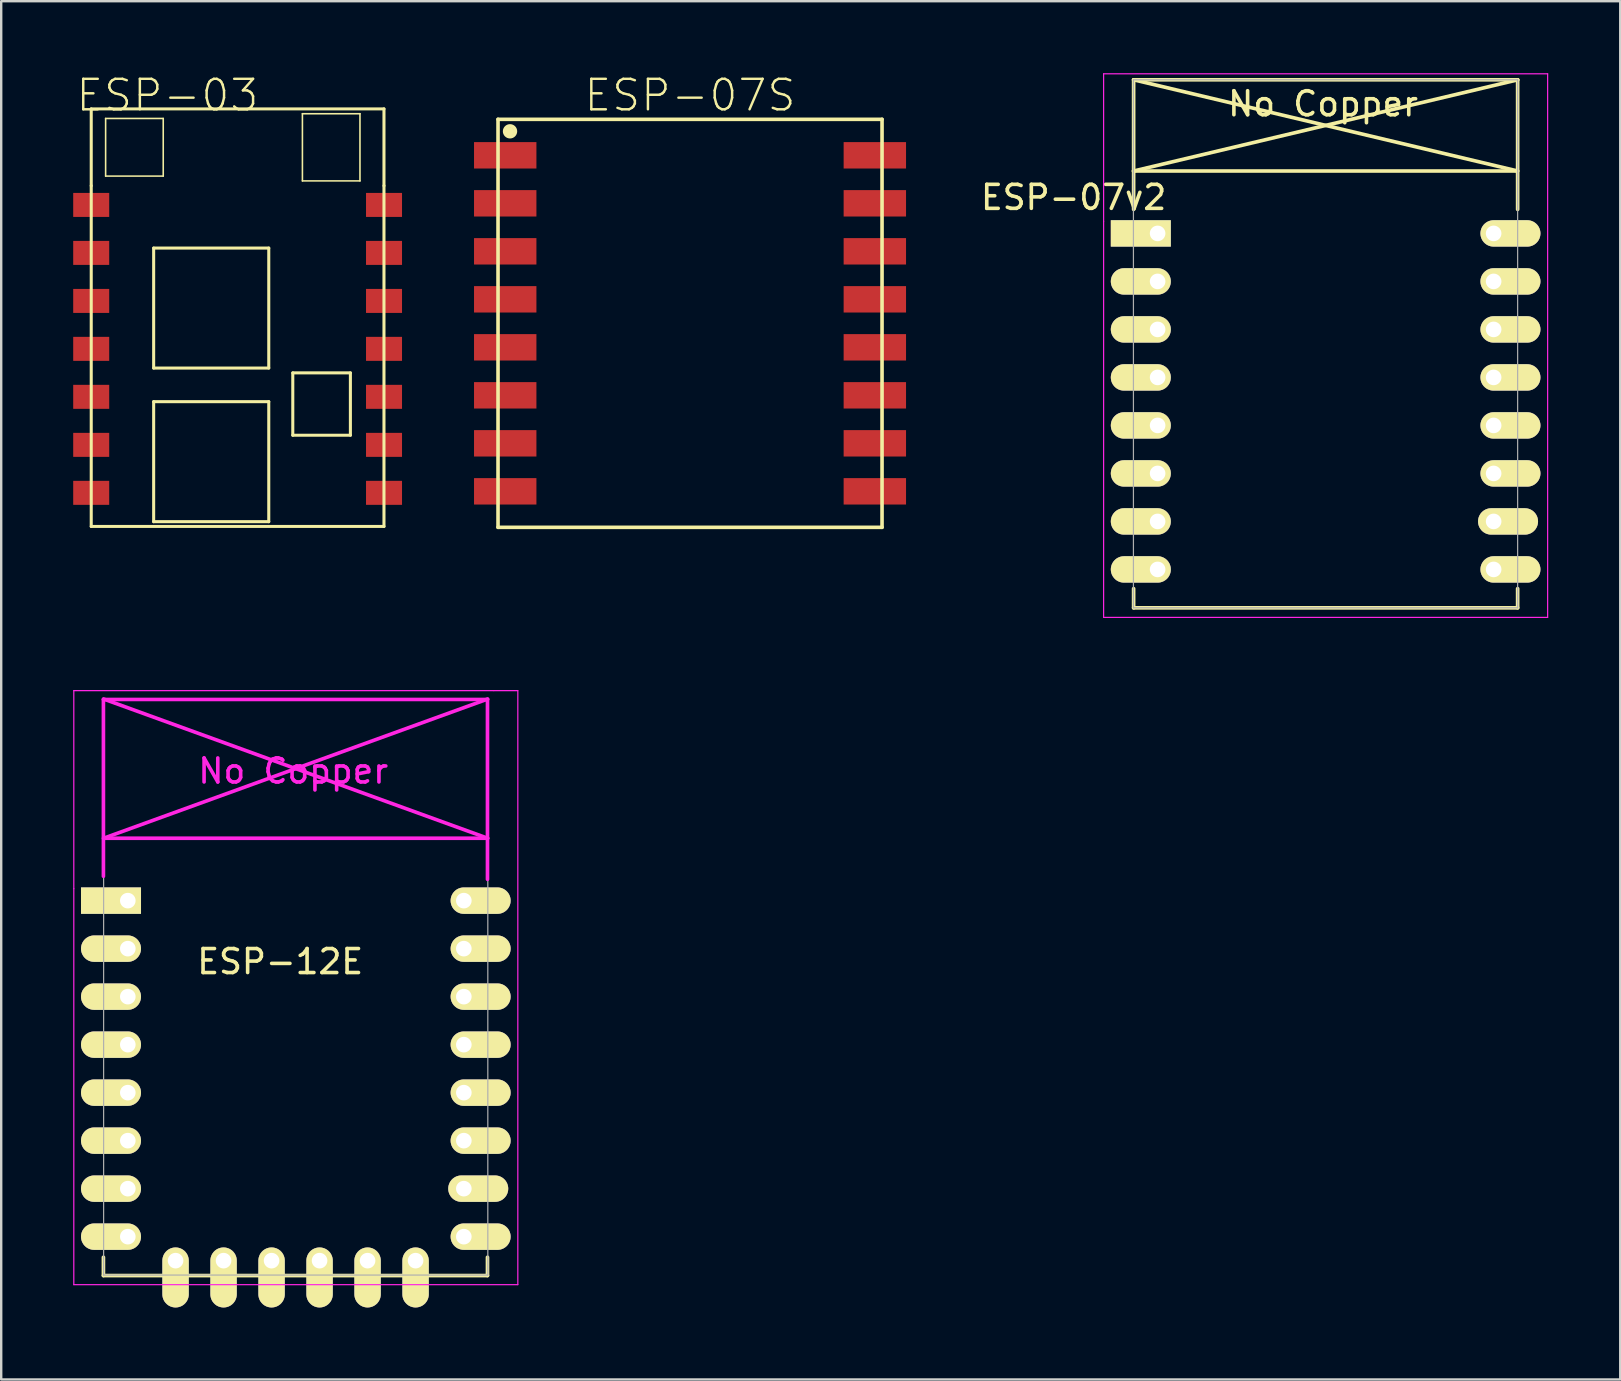
<source format=kicad_pcb>
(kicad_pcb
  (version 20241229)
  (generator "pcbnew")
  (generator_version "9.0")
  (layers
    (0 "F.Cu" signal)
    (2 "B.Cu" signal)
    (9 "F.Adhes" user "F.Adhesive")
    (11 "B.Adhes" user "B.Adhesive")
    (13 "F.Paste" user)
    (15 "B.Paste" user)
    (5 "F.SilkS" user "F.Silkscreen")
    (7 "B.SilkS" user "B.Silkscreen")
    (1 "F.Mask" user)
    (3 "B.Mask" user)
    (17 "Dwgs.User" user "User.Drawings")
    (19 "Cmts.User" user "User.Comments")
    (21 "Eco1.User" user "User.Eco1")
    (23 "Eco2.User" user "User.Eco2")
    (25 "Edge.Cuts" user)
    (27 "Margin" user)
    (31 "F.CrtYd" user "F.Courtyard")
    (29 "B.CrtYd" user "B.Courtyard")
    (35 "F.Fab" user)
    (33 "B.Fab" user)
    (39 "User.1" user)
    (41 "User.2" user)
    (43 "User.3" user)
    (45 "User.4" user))
  (footprint "ESP-07S"
    (layer "F.Cu")
    (at 25.7 10.421)
    (property "Reference" "ESP-07S" (at 0 -9.5 0) (layer "F.SilkS") (effects (font (size 1.27 1.27) (thickness 0.102))))
    (attr smd)
    (fp_line (start -8 -8.5) (end 8 -8.5) (stroke (width 0.15) (type solid)) (layer "F.SilkS"))
    (fp_line (start -8 8.5) (end -8 -8.5) (stroke (width 0.15) (type solid)) (layer "F.SilkS"))
    (fp_line (start 8 -8.5) (end 8 8.5) (stroke (width 0.15) (type solid)) (layer "F.SilkS"))
    (fp_line (start 8 8.5) (end -8 8.5) (stroke (width 0.15) (type solid)) (layer "F.SilkS"))
    (fp_circle (center -7.6 -8) (end -7.5 -8) (stroke (width 0.15) (type solid)) (fill no) (layer "F.SilkS"))
    (fp_circle (center -7.5 -8) (end -7.4 -8) (stroke (width 0.15) (type solid)) (fill no) (layer "F.SilkS"))
    (fp_circle (center -7.5 -8) (end -7.3 -8.1) (stroke (width 0.15) (type solid)) (fill no) (layer "F.SilkS"))
    (pad "1" smd rect (at -7.7 -7) (size 2.6 1.1) (layers "F.Cu" "F.Mask" "F.Paste"))
    (pad "2" smd rect (at -7.7 -5) (size 2.6 1.1) (layers "F.Cu" "F.Mask" "F.Paste"))
    (pad "3" smd rect (at -7.7 -3) (size 2.6 1.1) (layers "F.Cu" "F.Mask" "F.Paste"))
    (pad "4" smd rect (at -7.7 -1) (size 2.6 1.1) (layers "F.Cu" "F.Mask" "F.Paste"))
    (pad "5" smd rect (at -7.7 1) (size 2.6 1.1) (layers "F.Cu" "F.Mask" "F.Paste"))
    (pad "6" smd rect (at -7.7 3) (size 2.6 1.1) (layers "F.Cu" "F.Mask" "F.Paste"))
    (pad "7" smd rect (at -7.7 5) (size 2.6 1.1) (layers "F.Cu" "F.Mask" "F.Paste"))
    (pad "8" smd rect (at -7.7 7) (size 2.6 1.1) (layers "F.Cu" "F.Mask" "F.Paste"))
    (pad "9" smd rect (at 7.7 7) (size 2.6 1.1) (layers "F.Cu" "F.Mask" "F.Paste"))
    (pad "10" smd rect (at 7.7 5) (size 2.6 1.1) (layers "F.Cu" "F.Mask" "F.Paste"))
    (pad "11" smd rect (at 7.7 3) (size 2.6 1.1) (layers "F.Cu" "F.Mask" "F.Paste"))
    (pad "12" smd rect (at 7.7 1) (size 2.6 1.1) (layers "F.Cu" "F.Mask" "F.Paste"))
    (pad "13" smd rect (at 7.7 -1) (size 2.6 1.1) (layers "F.Cu" "F.Mask" "F.Paste"))
    (pad "14" smd rect (at 7.7 -3) (size 2.6 1.1) (layers "F.Cu" "F.Mask" "F.Paste"))
    (pad "15" smd rect (at 7.7 -5) (size 2.6 1.1) (layers "F.Cu" "F.Mask" "F.Paste"))
    (pad "16" smd rect (at 7.7 -7) (size 2.6 1.1) (layers "F.Cu" "F.Mask" "F.Paste")))
  (footprint "ESP-12E"
    (layer "F.Cu")
    (at 2.275 34.475)
    (property "Reference" "ESP-12E" (at 6.35 2.54 0) (layer "F.SilkS") (effects (font (size 1 1) (thickness 0.15))))
    (attr through_hole)
    (fp_line (start -1.016 14.859) (end -1.016 15.621) (stroke (width 0.152) (type solid)) (layer "F.SilkS"))
    (fp_line (start -1.016 15.621) (end 14.986 15.621) (stroke (width 0.152) (type solid)) (layer "F.SilkS"))
    (fp_line (start 14.986 15.621) (end 14.986 14.859) (stroke (width 0.152) (type solid)) (layer "F.SilkS"))
    (fp_line (start -2.25 -8.75) (end 15.25 -8.75) (stroke (width 0.05) (type solid)) (layer "F.CrtYd"))
    (fp_line (start -2.25 -0.5) (end -2.25 -8.75) (stroke (width 0.05) (type solid)) (layer "F.CrtYd"))
    (fp_line (start -2.25 16) (end -2.25 -0.5) (stroke (width 0.05) (type solid)) (layer "F.CrtYd"))
    (fp_line (start -1.016 -8.382) (end -1.016 -1.016) (stroke (width 0.152) (type solid)) (layer "F.CrtYd"))
    (fp_line (start -1.016 -8.382) (end 14.986 -8.382) (stroke (width 0.152) (type solid)) (layer "F.CrtYd"))
    (fp_line (start -1.008 -8.4) (end 14.992 -2.6) (stroke (width 0.152) (type solid)) (layer "F.CrtYd"))
    (fp_line (start -1.008 -2.6) (end 14.992 -2.6) (stroke (width 0.152) (type solid)) (layer "F.CrtYd"))
    (fp_line (start 14.986 -8.382) (end 14.986 -0.889) (stroke (width 0.152) (type solid)) (layer "F.CrtYd"))
    (fp_line (start 14.992 -8.4) (end -1.008 -2.6) (stroke (width 0.152) (type solid)) (layer "F.CrtYd"))
    (fp_line (start 15.25 -8.75) (end 16.25 -8.75) (stroke (width 0.05) (type solid)) (layer "F.CrtYd"))
    (fp_line (start 16.25 -8.75) (end 16.25 16) (stroke (width 0.05) (type solid)) (layer "F.CrtYd"))
    (fp_line (start 16.25 16) (end -2.25 16) (stroke (width 0.05) (type solid)) (layer "F.CrtYd"))
    (fp_line (start -1.008 -8.4) (end 14.992 -8.4) (stroke (width 0.05) (type solid)) (layer "F.Fab"))
    (fp_line (start -1.008 15.6) (end -1.008 -8.4) (stroke (width 0.05) (type solid)) (layer "F.Fab"))
    (fp_line (start 14.992 15.6) (end -1.008 15.6) (stroke (width 0.05) (type solid)) (layer "F.Fab"))
    (fp_line (start 15 -8.4) (end 15 15.6) (stroke (width 0.05) (type solid)) (layer "F.Fab"))
    (fp_text user "No Copper" (at 6.892 -5.4 0) (layer "F.CrtYd") (effects (font (size 1 1) (thickness 0.15))))
    (pad "1" thru_hole rect (at 0 0) (size 2.5 1.1) (drill 0.65 (offset -0.7 0)) (layers "*.Cu" "*.Mask" "F.SilkS"))
    (pad "2" thru_hole oval (at 0 2) (size 2.5 1.1) (drill 0.65 (offset -0.7 0)) (layers "*.Cu" "*.Mask" "F.SilkS"))
    (pad "3" thru_hole oval (at 0 4) (size 2.5 1.1) (drill 0.65 (offset -0.7 0)) (layers "*.Cu" "*.Mask" "F.SilkS"))
    (pad "4" thru_hole oval (at 0 6) (size 2.5 1.1) (drill 0.65 (offset -0.7 0)) (layers "*.Cu" "*.Mask" "F.SilkS"))
    (pad "5" thru_hole oval (at 0 8) (size 2.5 1.1) (drill 0.65 (offset -0.7 0)) (layers "*.Cu" "*.Mask" "F.SilkS"))
    (pad "6" thru_hole oval (at 0 10) (size 2.5 1.1) (drill 0.65 (offset -0.7 0)) (layers "*.Cu" "*.Mask" "F.SilkS"))
    (pad "7" thru_hole oval (at 0 12) (size 2.5 1.1) (drill 0.65 (offset -0.7 0)) (layers "*.Cu" "*.Mask" "F.SilkS"))
    (pad "8" thru_hole oval (at 0 14) (size 2.5 1.1) (drill 0.65 (offset -0.7 0)) (layers "*.Cu" "*.Mask" "F.SilkS"))
    (pad "9" thru_hole oval (at 14 14) (size 2.5 1.1) (drill 0.65 (offset 0.7 0)) (layers "*.Cu" "*.Mask" "F.SilkS"))
    (pad "10" thru_hole oval (at 14 12) (size 2.5 1.1) (drill 0.65 (offset 0.6 0)) (layers "*.Cu" "*.Mask" "F.SilkS"))
    (pad "11" thru_hole oval (at 14 10) (size 2.5 1.1) (drill 0.65 (offset 0.7 0)) (layers "*.Cu" "*.Mask" "F.SilkS"))
    (pad "12" thru_hole oval (at 14 8) (size 2.5 1.1) (drill 0.65 (offset 0.7 0)) (layers "*.Cu" "*.Mask" "F.SilkS"))
    (pad "13" thru_hole oval (at 14 6) (size 2.5 1.1) (drill 0.65 (offset 0.7 0)) (layers "*.Cu" "*.Mask" "F.SilkS"))
    (pad "14" thru_hole oval (at 14 4) (size 2.5 1.1) (drill 0.65 (offset 0.7 0)) (layers "*.Cu" "*.Mask" "F.SilkS"))
    (pad "15" thru_hole oval (at 14 2) (size 2.5 1.1) (drill 0.65 (offset 0.7 0)) (layers "*.Cu" "*.Mask" "F.SilkS"))
    (pad "16" thru_hole oval (at 14 0) (size 2.5 1.1) (drill 0.65 (offset 0.7 0)) (layers "*.Cu" "*.Mask" "F.SilkS"))
    (pad "17" thru_hole oval (at 1.99 15 90) (size 2.5 1.1) (drill 0.65 (offset -0.7 0)) (layers "*.Cu" "*.Mask" "F.SilkS"))
    (pad "18" thru_hole oval (at 3.99 15 90) (size 2.5 1.1) (drill 0.65 (offset -0.7 0)) (layers "*.Cu" "*.Mask" "F.SilkS"))
    (pad "19" thru_hole oval (at 5.99 15 90) (size 2.5 1.1) (drill 0.65 (offset -0.7 0)) (layers "*.Cu" "*.Mask" "F.SilkS"))
    (pad "20" thru_hole oval (at 7.99 15 90) (size 2.5 1.1) (drill 0.65 (offset -0.7 0)) (layers "*.Cu" "*.Mask" "F.SilkS"))
    (pad "21" thru_hole oval (at 9.99 15 90) (size 2.5 1.1) (drill 0.65 (offset -0.7 0)) (layers "*.Cu" "*.Mask" "F.SilkS"))
    (pad "22" thru_hole oval (at 11.99 15 90) (size 2.5 1.1) (drill 0.65 (offset -0.7 0)) (layers "*.Cu" "*.Mask" "F.SilkS")))
  (footprint "ESP-03"
    (layer "F.Cu")
    (at 0.75 5.286)
    (property "Reference" "ESP-03" (at 3.176 -4.365 0) (layer "F.SilkS") (effects (font (size 1.27 1.27) (thickness 0.102))))
    (attr smd)
    (fp_line (start 0.001 -3.799) (end 0.001 -0.598) (stroke (width 0.127) (type solid)) (layer "F.SilkS"))
    (fp_line (start 0.001 -3.799) (end 12.198 -3.799) (stroke (width 0.127) (type solid)) (layer "F.SilkS"))
    (fp_line (start 0.001 -0.598) (end 0.001 13.598) (stroke (width 0.127) (type solid)) (layer "F.SilkS"))
    (fp_line (start 0.001 13.598) (end 12.198 13.598) (stroke (width 0.127) (type solid)) (layer "F.SilkS"))
    (fp_line (start 0.601 -3.4) (end 3.001 -3.4) (stroke (width 0.066) (type solid)) (layer "F.SilkS"))
    (fp_line (start 0.601 -0.999) (end 0.601 -3.4) (stroke (width 0.066) (type solid)) (layer "F.SilkS"))
    (fp_line (start 0.601 -0.999) (end 3.001 -0.999) (stroke (width 0.066) (type solid)) (layer "F.SilkS"))
    (fp_line (start 2.602 2) (end 2.602 6.999) (stroke (width 0.127) (type solid)) (layer "F.SilkS"))
    (fp_line (start 2.602 6.999) (end 7.398 6.999) (stroke (width 0.127) (type solid)) (layer "F.SilkS"))
    (fp_line (start 2.602 8.399) (end 2.602 13.4) (stroke (width 0.127) (type solid)) (layer "F.SilkS"))
    (fp_line (start 2.602 13.4) (end 7.398 13.4) (stroke (width 0.127) (type solid)) (layer "F.SilkS"))
    (fp_line (start 3.001 -0.999) (end 3.001 -3.4) (stroke (width 0.066) (type solid)) (layer "F.SilkS"))
    (fp_line (start 7.398 2) (end 2.602 2) (stroke (width 0.127) (type solid)) (layer "F.SilkS"))
    (fp_line (start 7.398 6.999) (end 7.398 2) (stroke (width 0.127) (type solid)) (layer "F.SilkS"))
    (fp_line (start 7.398 8.399) (end 2.602 8.399) (stroke (width 0.127) (type solid)) (layer "F.SilkS"))
    (fp_line (start 7.398 13.4) (end 7.398 8.399) (stroke (width 0.127) (type solid)) (layer "F.SilkS"))
    (fp_line (start 8.399 7.2) (end 8.399 9.798) (stroke (width 0.127) (type solid)) (layer "F.SilkS"))
    (fp_line (start 8.399 9.798) (end 10.799 9.798) (stroke (width 0.127) (type solid)) (layer "F.SilkS"))
    (fp_line (start 8.8 -3.598) (end 11.198 -3.598) (stroke (width 0.066) (type solid)) (layer "F.SilkS"))
    (fp_line (start 8.8 -0.799) (end 8.8 -3.598) (stroke (width 0.066) (type solid)) (layer "F.SilkS"))
    (fp_line (start 8.8 -0.799) (end 11.198 -0.799) (stroke (width 0.066) (type solid)) (layer "F.SilkS"))
    (fp_line (start 10.799 7.2) (end 8.399 7.2) (stroke (width 0.127) (type solid)) (layer "F.SilkS"))
    (fp_line (start 10.799 9.798) (end 10.799 7.2) (stroke (width 0.127) (type solid)) (layer "F.SilkS"))
    (fp_line (start 11.198 -0.799) (end 11.198 -3.598) (stroke (width 0.066) (type solid)) (layer "F.SilkS"))
    (fp_line (start 12.198 -3.799) (end 12.198 -0.598) (stroke (width 0.127) (type solid)) (layer "F.SilkS"))
    (fp_line (start 12.198 -0.598) (end 12.198 13.598) (stroke (width 0.127) (type solid)) (layer "F.SilkS"))
    (pad "1" smd rect (at 12.2 12.198) (size 1.5 1) (layers "F.Cu" "F.Mask" "F.Paste"))
    (pad "2" smd rect (at 12.2 10.199) (size 1.5 1) (layers "F.Cu" "F.Mask" "F.Paste"))
    (pad "3" smd rect (at 12.2 8.198) (size 1.5 1) (layers "F.Cu" "F.Mask" "F.Paste"))
    (pad "4" smd rect (at 12.2 6.199) (size 1.5 1) (layers "F.Cu" "F.Mask" "F.Paste"))
    (pad "5" smd rect (at 12.2 4.202) (size 1.5 1) (layers "F.Cu" "F.Mask" "F.Paste"))
    (pad "6" smd rect (at 12.2 2.201) (size 1.5 1) (layers "F.Cu" "F.Mask" "F.Paste"))
    (pad "7" smd rect (at 12.2 0.202) (size 1.5 1) (layers "F.Cu" "F.Mask" "F.Paste"))
    (pad "8" smd rect (at 0 0.202) (size 1.5 1) (layers "F.Cu" "F.Mask" "F.Paste"))
    (pad "9" smd rect (at 0 2.201) (size 1.5 1) (layers "F.Cu" "F.Mask" "F.Paste"))
    (pad "10" smd rect (at 0 4.202) (size 1.5 1) (layers "F.Cu" "F.Mask" "F.Paste"))
    (pad "11" smd rect (at 0 6.199) (size 1.5 1) (layers "F.Cu" "F.Mask" "F.Paste"))
    (pad "12" smd rect (at 0 8.198) (size 1.5 1) (layers "F.Cu" "F.Mask" "F.Paste"))
    (pad "13" smd rect (at 0 10.199) (size 1.5 1) (layers "F.Cu" "F.Mask" "F.Paste"))
    (pad "14" smd rect (at 0 12.198) (size 1.5 1) (layers "F.Cu" "F.Mask" "F.Paste")))
  (footprint "ESP-07v2"
    (layer "F.Cu")
    (at 45.182 6.675)
    (property "Reference" "ESP-07v2" (at -3.5 -1.5 0) (layer "F.SilkS") (effects (font (size 1 1) (thickness 0.15))))
    (attr through_hole)
    (fp_line (start -1.008 -2.6) (end 14.992 -2.6) (stroke (width 0.152) (type solid)) (layer "F.SilkS"))
    (fp_line (start -1 -6.4) (end -1 -1) (stroke (width 0.152) (type solid)) (layer "F.SilkS"))
    (fp_line (start -1 -6.4) (end 15 -6.4) (stroke (width 0.152) (type solid)) (layer "F.SilkS"))
    (fp_line (start -1 -6.4) (end 15 -2.6) (stroke (width 0.152) (type solid)) (layer "F.SilkS"))
    (fp_line (start -1 14.8) (end -1 15.6) (stroke (width 0.152) (type solid)) (layer "F.SilkS"))
    (fp_line (start -1 15.6) (end 15 15.6) (stroke (width 0.152) (type solid)) (layer "F.SilkS"))
    (fp_line (start 15 -6.4) (end -1 -2.6) (stroke (width 0.152) (type solid)) (layer "F.SilkS"))
    (fp_line (start 15 -6.4) (end 15 -1) (stroke (width 0.152) (type solid)) (layer "F.SilkS"))
    (fp_line (start 15 15.6) (end 15 14.8) (stroke (width 0.152) (type solid)) (layer "F.SilkS"))
    (fp_line (start -2.25 -6.65) (end 16.25 -6.65) (stroke (width 0.05) (type solid)) (layer "F.CrtYd"))
    (fp_line (start -2.25 -0.5) (end -2.25 -6.65) (stroke (width 0.05) (type solid)) (layer "F.CrtYd"))
    (fp_line (start -2.25 16) (end -2.25 -0.5) (stroke (width 0.05) (type solid)) (layer "F.CrtYd"))
    (fp_line (start 16.25 -6.65) (end 16.25 16) (stroke (width 0.05) (type solid)) (layer "F.CrtYd"))
    (fp_line (start 16.25 16) (end -2.25 16) (stroke (width 0.05) (type solid)) (layer "F.CrtYd"))
    (fp_line (start -1.008 15.6) (end -1.008 -6.4) (stroke (width 0.05) (type solid)) (layer "F.Fab"))
    (fp_line (start -1 -6.4) (end 15 -6.4) (stroke (width 0.05) (type solid)) (layer "F.Fab"))
    (fp_line (start 15 -6.4) (end 15 15.6) (stroke (width 0.05) (type solid)) (layer "F.Fab"))
    (fp_line (start 15 15.6) (end -1 15.6) (stroke (width 0.05) (type solid)) (layer "F.Fab"))
    (fp_text user "No Copper" (at 6.892 -5.4 0) (layer "F.SilkS") (effects (font (size 1 1) (thickness 0.15))))
    (pad "1" thru_hole rect (at 0 0) (size 2.5 1.1) (drill 0.65 (offset -0.7 0)) (layers "*.Cu" "*.Mask" "F.SilkS" "F.Paste"))
    (pad "2" thru_hole oval (at 0 2) (size 2.5 1.1) (drill 0.65 (offset -0.7 0)) (layers "*.Cu" "*.Mask" "F.SilkS" "F.Paste"))
    (pad "3" thru_hole oval (at 0 4) (size 2.5 1.1) (drill 0.65 (offset -0.7 0)) (layers "*.Cu" "*.Mask" "F.SilkS" "F.Paste"))
    (pad "4" thru_hole oval (at 0 6) (size 2.5 1.1) (drill 0.65 (offset -0.7 0)) (layers "*.Cu" "*.Mask" "F.SilkS" "F.Paste"))
    (pad "5" thru_hole oval (at 0 8) (size 2.5 1.1) (drill 0.65 (offset -0.7 0)) (layers "*.Cu" "*.Mask" "F.SilkS" "F.Paste"))
    (pad "6" thru_hole oval (at 0 10) (size 2.5 1.1) (drill 0.65 (offset -0.7 0)) (layers "*.Cu" "*.Mask" "F.SilkS" "F.Paste"))
    (pad "7" thru_hole oval (at 0 12) (size 2.5 1.1) (drill 0.65 (offset -0.7 0)) (layers "*.Cu" "*.Mask" "F.SilkS" "F.Paste"))
    (pad "8" thru_hole oval (at 0 14) (size 2.5 1.1) (drill 0.65 (offset -0.7 0)) (layers "*.Cu" "*.Mask" "F.SilkS" "F.Paste"))
    (pad "9" thru_hole oval (at 14 14) (size 2.5 1.1) (drill 0.65 (offset 0.7 0)) (layers "*.Cu" "*.Mask" "F.SilkS" "F.Paste"))
    (pad "10" thru_hole oval (at 14 12) (size 2.5 1.1) (drill 0.65 (offset 0.6 0)) (layers "*.Cu" "*.Mask" "F.SilkS" "F.Paste"))
    (pad "11" thru_hole oval (at 14 10) (size 2.5 1.1) (drill 0.65 (offset 0.7 0)) (layers "*.Cu" "*.Mask" "F.SilkS" "F.Paste"))
    (pad "12" thru_hole oval (at 14 8) (size 2.5 1.1) (drill 0.65 (offset 0.7 0)) (layers "*.Cu" "*.Mask" "F.SilkS" "F.Paste"))
    (pad "13" thru_hole oval (at 14 6) (size 2.5 1.1) (drill 0.65 (offset 0.7 0)) (layers "*.Cu" "*.Mask" "F.SilkS" "F.Paste"))
    (pad "14" thru_hole oval (at 14 4) (size 2.5 1.1) (drill 0.65 (offset 0.7 0)) (layers "*.Cu" "*.Mask" "F.SilkS" "F.Paste"))
    (pad "15" thru_hole oval (at 14 2) (size 2.5 1.1) (drill 0.65 (offset 0.7 0)) (layers "*.Cu" "*.Mask" "F.SilkS" "F.Paste"))
    (pad "16" thru_hole oval (at 14 0) (size 2.5 1.1) (drill 0.65 (offset 0.7 0)) (layers "*.Cu" "*.Mask" "F.SilkS" "F.Paste")))
  (gr_rect
    (start -3 -3)
    (end 64.457 54.425)
    (stroke (width 0.1) (type default))
    (fill no)
    (layer "Edge.Cuts")))
</source>
